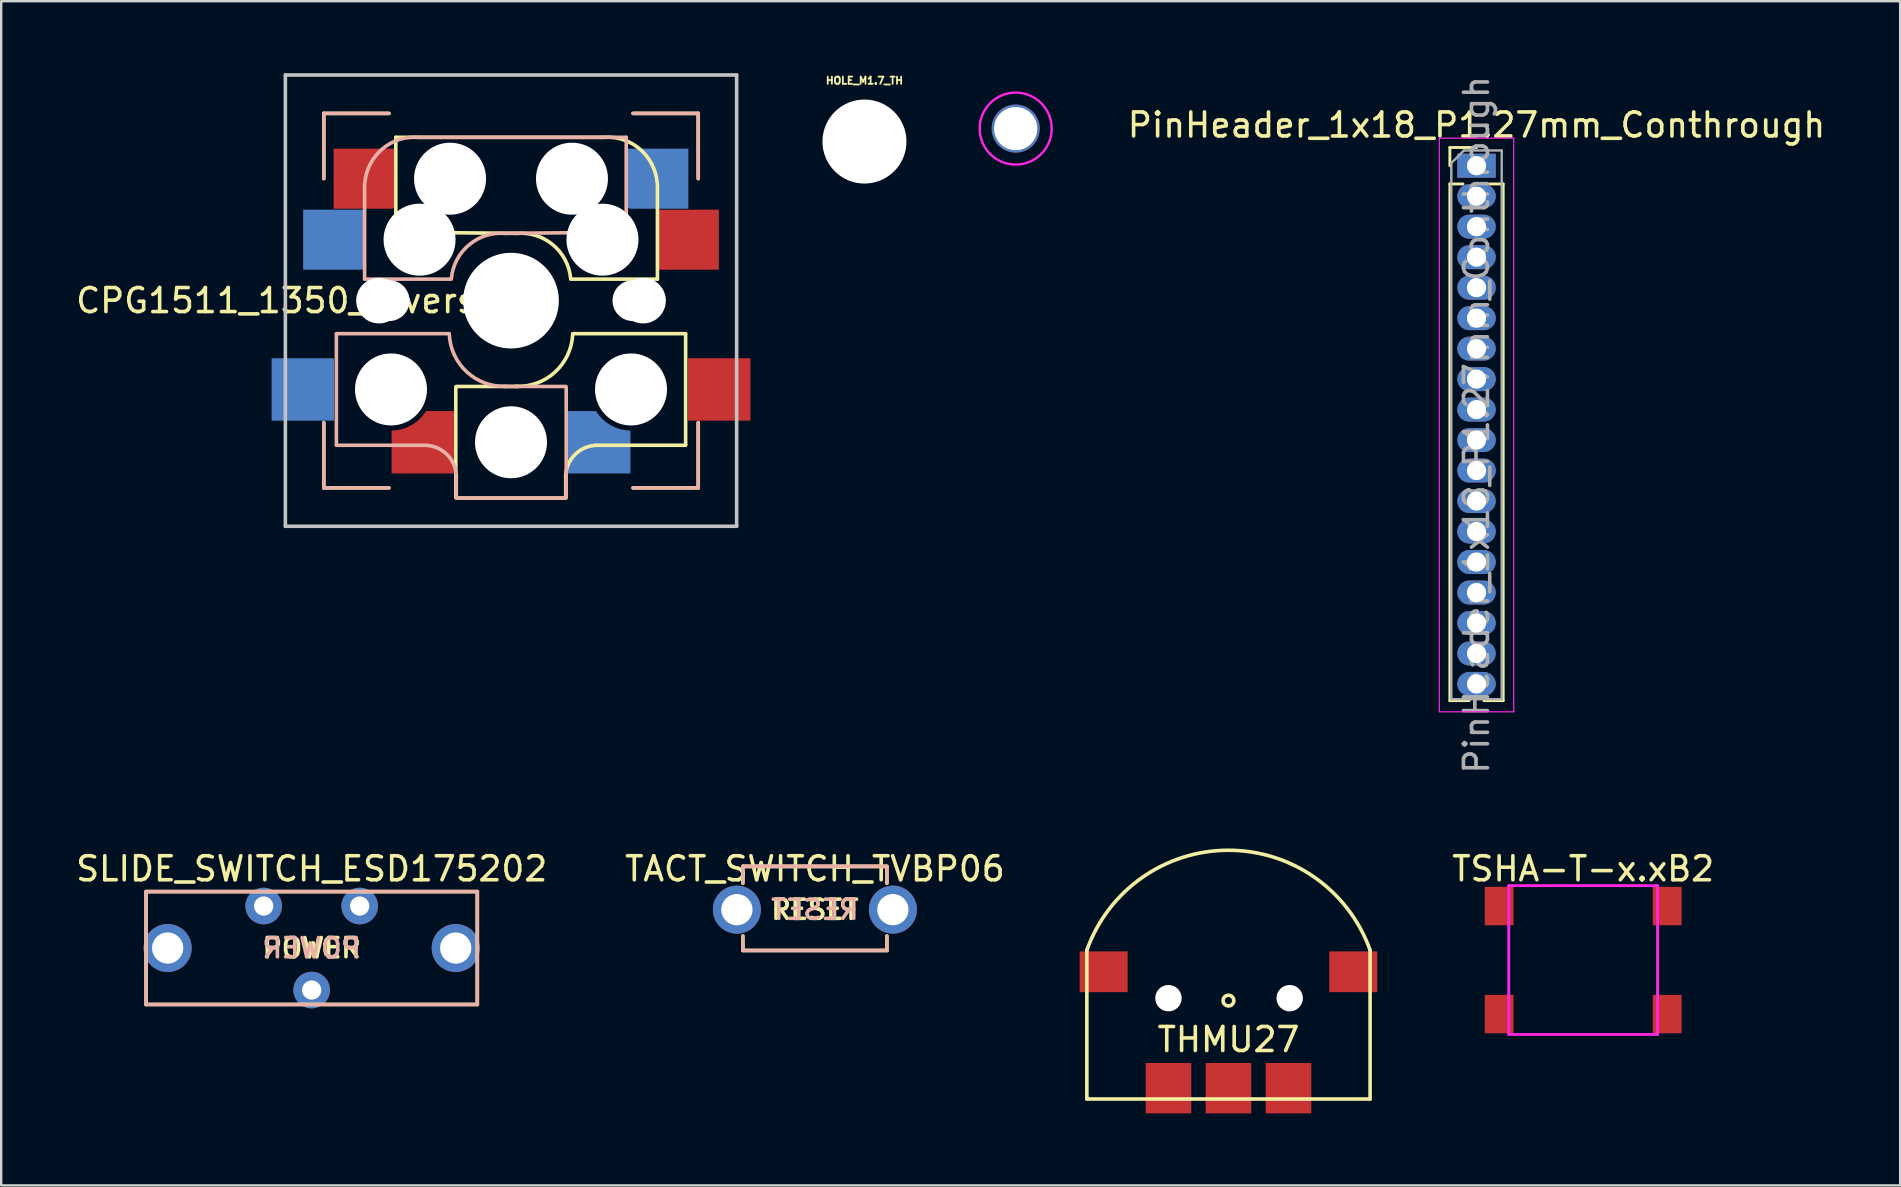
<source format=kicad_pcb>
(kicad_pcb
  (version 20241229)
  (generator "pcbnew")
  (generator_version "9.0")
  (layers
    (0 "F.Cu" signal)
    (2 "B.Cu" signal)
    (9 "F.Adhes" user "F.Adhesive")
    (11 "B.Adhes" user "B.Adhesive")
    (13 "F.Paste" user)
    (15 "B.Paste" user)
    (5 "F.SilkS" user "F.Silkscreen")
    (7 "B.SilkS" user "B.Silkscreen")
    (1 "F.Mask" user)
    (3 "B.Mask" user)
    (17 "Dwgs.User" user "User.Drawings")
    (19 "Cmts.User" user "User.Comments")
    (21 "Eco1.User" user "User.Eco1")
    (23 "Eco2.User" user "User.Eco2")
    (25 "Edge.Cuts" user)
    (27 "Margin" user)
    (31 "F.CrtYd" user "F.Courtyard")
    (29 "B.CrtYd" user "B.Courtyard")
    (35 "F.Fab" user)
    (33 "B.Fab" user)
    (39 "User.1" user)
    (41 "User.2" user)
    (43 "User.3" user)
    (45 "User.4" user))
  (footprint "TSHA-T-x.xB2"
    (layer "F.Cu")
    (at 62.906 36.946)
    (property "Reference" "TSHA-T-x.xB2" (at 0 -3.8 0) (layer "F.SilkS") (effects (font (size 1 1) (thickness 0.15))))
    (attr through_hole)
    (fp_line (start -3.1 -3.1) (end 3.1 -3.1) (stroke (width 0.12) (type solid)) (layer "F.CrtYd"))
    (fp_line (start -3.1 3.1) (end -3.1 -3.1) (stroke (width 0.12) (type solid)) (layer "F.CrtYd"))
    (fp_line (start 3.1 -3.1) (end 3.1 3.1) (stroke (width 0.12) (type solid)) (layer "F.CrtYd"))
    (fp_line (start 3.1 3.1) (end -3.1 3.1) (stroke (width 0.12) (type solid)) (layer "F.CrtYd"))
    (pad "1" smd rect (at -3.5 -2.25) (size 1.2 1.6) (layers "F.Cu" "F.Mask" "F.Paste"))
    (pad "2" smd rect (at -3.5 2.25) (size 1.2 1.6) (layers "F.Cu" "F.Mask" "F.Paste"))
    (pad "3" smd rect (at 3.5 -2.25) (size 1.2 1.6) (layers "F.Cu" "F.Mask" "F.Paste"))
    (pad "4" smd rect (at 3.5 2.25) (size 1.2 1.6) (layers "F.Cu" "F.Mask" "F.Paste")))
  (footprint "TACT_SWITCH_TVBP06"
    (layer "F.Cu")
    (at 30.899 34.846)
    (property "Reference" "TACT_SWITCH_TVBP06" (at 0 -1.7 0) (layer "F.SilkS") (effects (font (size 1 1) (thickness 0.15))))
    (attr through_hole)
    (fp_line (start -3 -1.8) (end -3 -1.1) (stroke (width 0.15) (type solid)) (layer "F.SilkS"))
    (fp_line (start -3 1.7) (end -3 1.1) (stroke (width 0.15) (type solid)) (layer "F.SilkS"))
    (fp_line (start -3 1.7) (end 3 1.7) (stroke (width 0.15) (type solid)) (layer "F.SilkS"))
    (fp_line (start 3 -1.8) (end -3 -1.8) (stroke (width 0.15) (type solid)) (layer "F.SilkS"))
    (fp_line (start 3 -1.8) (end 3 -1.1) (stroke (width 0.15) (type solid)) (layer "F.SilkS"))
    (fp_line (start 3 1.7) (end 3 1.1) (stroke (width 0.15) (type solid)) (layer "F.SilkS"))
    (fp_line (start -3 -1.8) (end -3 -1.1) (stroke (width 0.15) (type solid)) (layer "B.SilkS"))
    (fp_line (start -3 -1.8) (end 2.9 -1.8) (stroke (width 0.15) (type solid)) (layer "B.SilkS"))
    (fp_line (start -3 -1.8) (end 3 -1.8) (stroke (width 0.15) (type solid)) (layer "B.SilkS"))
    (fp_line (start -3 1.7) (end -3 1.1) (stroke (width 0.15) (type solid)) (layer "B.SilkS"))
    (fp_line (start 3 -1.8) (end 3 -1.1) (stroke (width 0.15) (type solid)) (layer "B.SilkS"))
    (fp_line (start 3 1.7) (end -3 1.7) (stroke (width 0.15) (type solid)) (layer "B.SilkS"))
    (fp_line (start 3 1.7) (end 3 1.1) (stroke (width 0.15) (type solid)) (layer "B.SilkS"))
    (fp_text user "RESET" (at 0 0 180) (layer "F.SilkS") (effects (font (size 0.8 0.8) (thickness 0.15))))
    (fp_text user "RESET" (at 0 0 0) (layer "B.SilkS") (effects (font (size 0.8 0.8) (thickness 0.15)) (justify mirror)))
    (pad "1" thru_hole circle (at -3.25 0) (size 2 2) (drill 1.3) (layers "*.Cu" "*.Mask"))
    (pad "2" thru_hole circle (at 3.25 0) (size 2 2) (drill 1.3) (layers "*.Cu" "*.Mask")))
  (footprint "SLIDE_SWITCH_ESD175202"
    (layer "F.Cu")
    (at 9.935 36.446)
    (property "Reference" "SLIDE_SWITCH_ESD175202" (at 0 -3.3 180) (layer "F.SilkS") (effects (font (size 1 1) (thickness 0.15))))
    (attr through_hole)
    (fp_line (start -6.9 -2.35) (end -6.9 2.35) (stroke (width 0.15) (type solid)) (layer "F.SilkS"))
    (fp_line (start -6.9 2.35) (end 6.9 2.35) (stroke (width 0.15) (type solid)) (layer "F.SilkS"))
    (fp_line (start 6.9 -2.35) (end -6.9 -2.35) (stroke (width 0.15) (type solid)) (layer "F.SilkS"))
    (fp_line (start 6.9 -2.35) (end 6.9 2.35) (stroke (width 0.15) (type solid)) (layer "F.SilkS"))
    (fp_line (start -6.9 -2.35) (end -6.9 2.35) (stroke (width 0.15) (type solid)) (layer "B.SilkS"))
    (fp_line (start -6.9 -2.35) (end 6.9 -2.35) (stroke (width 0.15) (type solid)) (layer "B.SilkS"))
    (fp_line (start -6.9 2.35) (end 6.9 2.35) (stroke (width 0.15) (type solid)) (layer "B.SilkS"))
    (fp_line (start 6.9 -2.35) (end 6.9 2.35) (stroke (width 0.15) (type solid)) (layer "B.SilkS"))
    (fp_text user "POWER" (at 0 0 180) (layer "F.SilkS") (effects (font (size 0.8 0.8) (thickness 0.15))))
    (fp_text user "POWER" (at 0 0 0) (layer "B.SilkS") (effects (font (size 0.8 0.8) (thickness 0.15)) (justify mirror)))
    (pad "" thru_hole circle (at -6 0) (size 2 2) (drill 1.3) (layers "*.Cu" "*.Mask"))
    (pad "" thru_hole circle (at 2 -1.75) (size 1.524 1.524) (drill 0.8) (layers "*.Cu" "*.Mask"))
    (pad "" thru_hole circle (at 6 0) (size 2 2) (drill 1.3) (layers "*.Cu" "*.Mask"))
    (pad "1" thru_hole circle (at -2 -1.75 90) (size 1.524 1.524) (drill 0.8) (layers "*.Cu" "*.Mask"))
    (pad "2" thru_hole circle (at 0 1.75) (size 1.524 1.524) (drill 0.8) (layers "*.Cu" "*.Mask")))
  (footprint "PinHeader_1x18_P1.27mm_Conthrough"
    (layer "F.Cu")
    (at 58.463 3.854)
    (property "Reference" "PinHeader_1x18_P1.27mm_Conthrough" (at 0 -1.695 0) (layer "F.SilkS") (effects (font (size 1 1) (thickness 0.15))))
    (attr through_hole)
    (fp_line (start -1.11 -0.76) (end 0 -0.76) (stroke (width 0.12) (type solid)) (layer "F.SilkS"))
    (fp_line (start -1.11 0) (end -1.11 -0.76) (stroke (width 0.12) (type solid)) (layer "F.SilkS"))
    (fp_line (start -1.11 0.76) (end -1.11 22.285) (stroke (width 0.12) (type solid)) (layer "F.SilkS"))
    (fp_line (start -1.11 0.76) (end -0.563 0.76) (stroke (width 0.12) (type solid)) (layer "F.SilkS"))
    (fp_line (start -1.11 22.285) (end -0.308 22.285) (stroke (width 0.12) (type solid)) (layer "F.SilkS"))
    (fp_line (start 0.308 22.285) (end 1.11 22.285) (stroke (width 0.12) (type solid)) (layer "F.SilkS"))
    (fp_line (start 0.563 0.76) (end 1.11 0.76) (stroke (width 0.12) (type solid)) (layer "F.SilkS"))
    (fp_line (start 1.11 0.76) (end 1.11 22.285) (stroke (width 0.12) (type solid)) (layer "F.SilkS"))
    (fp_line (start -1.55 -1.15) (end -1.55 22.75) (stroke (width 0.05) (type solid)) (layer "F.CrtYd"))
    (fp_line (start -1.55 22.75) (end 1.55 22.75) (stroke (width 0.05) (type solid)) (layer "F.CrtYd"))
    (fp_line (start 1.55 -1.15) (end -1.55 -1.15) (stroke (width 0.05) (type solid)) (layer "F.CrtYd"))
    (fp_line (start 1.55 22.75) (end 1.55 -1.15) (stroke (width 0.05) (type solid)) (layer "F.CrtYd"))
    (fp_line (start -1.05 -0.11) (end -0.525 -0.635) (stroke (width 0.1) (type solid)) (layer "F.Fab"))
    (fp_line (start -1.05 22.225) (end -1.05 -0.11) (stroke (width 0.1) (type solid)) (layer "F.Fab"))
    (fp_line (start -0.525 -0.635) (end 1.05 -0.635) (stroke (width 0.1) (type solid)) (layer "F.Fab"))
    (fp_line (start 1.05 -0.635) (end 1.05 22.225) (stroke (width 0.1) (type solid)) (layer "F.Fab"))
    (fp_line (start 1.05 22.225) (end -1.05 22.225) (stroke (width 0.1) (type solid)) (layer "F.Fab"))
    (fp_text user "${REFERENCE}" (at 0 10.795 90) (layer "F.Fab") (effects (font (size 1 1) (thickness 0.15))))
    (pad "1" thru_hole rect (at 0 0) (size 1.6 1) (drill 0.8) (layers "*.Cu" "*.Mask"))
    (pad "2" thru_hole oval (at 0 1.27) (size 1.6 1) (drill 0.8) (layers "*.Cu" "*.Mask"))
    (pad "3" thru_hole oval (at 0 2.54) (size 1.6 1) (drill 0.8) (layers "*.Cu" "*.Mask"))
    (pad "4" thru_hole oval (at 0 3.81) (size 1.6 1) (drill 0.8) (layers "*.Cu" "*.Mask"))
    (pad "5" thru_hole oval (at 0 5.08) (size 1.6 1) (drill 0.8) (layers "*.Cu" "*.Mask"))
    (pad "6" thru_hole oval (at 0 6.35) (size 1.6 1) (drill 0.8) (layers "*.Cu" "*.Mask"))
    (pad "7" thru_hole oval (at 0 7.62) (size 1.6 1) (drill 0.8) (layers "*.Cu" "*.Mask"))
    (pad "8" thru_hole oval (at 0 8.89) (size 1.6 1) (drill 0.8) (layers "*.Cu" "*.Mask"))
    (pad "9" thru_hole oval (at 0 10.16) (size 1.6 1) (drill 0.8) (layers "*.Cu" "*.Mask"))
    (pad "10" thru_hole oval (at 0 11.43) (size 1.6 1) (drill 0.8) (layers "*.Cu" "*.Mask"))
    (pad "11" thru_hole oval (at 0 12.7) (size 1.6 1) (drill 0.8) (layers "*.Cu" "*.Mask"))
    (pad "12" thru_hole oval (at 0 13.97) (size 1.6 1) (drill 0.8) (layers "*.Cu" "*.Mask"))
    (pad "13" thru_hole oval (at 0 15.24) (size 1.6 1) (drill 0.8) (layers "*.Cu" "*.Mask"))
    (pad "14" thru_hole oval (at 0 16.51) (size 1.6 1) (drill 0.8) (layers "*.Cu" "*.Mask"))
    (pad "15" thru_hole oval (at 0 17.78) (size 1.6 1) (drill 0.8) (layers "*.Cu" "*.Mask"))
    (pad "16" thru_hole oval (at 0 19.05) (size 1.6 1) (drill 0.8) (layers "*.Cu" "*.Mask"))
    (pad "17" thru_hole oval (at 0 20.32) (size 1.6 1) (drill 0.8) (layers "*.Cu" "*.Mask"))
    (pad "18" thru_hole oval (at 0 21.59) (size 1.6 1) (drill 0.8) (layers "*.Cu" "*.Mask")))
  (footprint "CPG1511_1350_reversible"
    (layer "F.Cu")
    (at 18.239 9.475)
    (property "Reference" "CPG1511_1350_reversible" (at -8.4 0 180) (layer "F.SilkS") (effects (font (size 1 1) (thickness 0.15))))
    (attr through_hole)
    (fp_line (start -7.8 -7.8) (end -5.08 -7.8) (stroke (width 0.15) (type solid)) (layer "F.SilkS"))
    (fp_line (start -7.8 -5.08) (end -7.8 -7.8) (stroke (width 0.15) (type solid)) (layer "F.SilkS"))
    (fp_line (start -7.8 5.08) (end -7.8 7.8) (stroke (width 0.15) (type solid)) (layer "F.SilkS"))
    (fp_line (start -7.8 7.8) (end -5.08 7.8) (stroke (width 0.15) (type solid)) (layer "F.SilkS"))
    (fp_line (start -4.8 -6.804) (end 3.825 -6.804) (stroke (width 0.15) (type solid)) (layer "F.SilkS"))
    (fp_line (start -4.8 -2.896) (end -4.8 -6.804) (stroke (width 0.15) (type solid)) (layer "F.SilkS"))
    (fp_line (start -4.8 -2.85) (end 0.25 -2.804) (stroke (width 0.15) (type solid)) (layer "F.SilkS"))
    (fp_line (start -2.3 3.6) (end -2.3 8.2) (stroke (width 0.15) (type solid)) (layer "F.SilkS"))
    (fp_line (start -2.275 3.575) (end 0.275 3.575) (stroke (width 0.15) (type solid)) (layer "F.SilkS"))
    (fp_line (start -2.275 8.225) (end 2.275 8.225) (stroke (width 0.15) (type solid)) (layer "F.SilkS"))
    (fp_line (start 2.28 7.5) (end 2.28 8.2) (stroke (width 0.15) (type solid)) (layer "F.SilkS"))
    (fp_line (start 2.575 1.375) (end 7.275 1.375) (stroke (width 0.15) (type solid)) (layer "F.SilkS"))
    (fp_line (start 3.5 6.025) (end 7.275 6.025) (stroke (width 0.15) (type solid)) (layer "F.SilkS"))
    (fp_line (start 5.08 7.8) (end 7.8 7.8) (stroke (width 0.15) (type solid)) (layer "F.SilkS"))
    (fp_line (start 6.1 -4.85) (end 6.1 -0.905) (stroke (width 0.15) (type solid)) (layer "F.SilkS"))
    (fp_line (start 6.1 -0.896) (end 2.49 -0.896) (stroke (width 0.15) (type solid)) (layer "F.SilkS"))
    (fp_line (start 7.275 1.4) (end 7.275 6) (stroke (width 0.15) (type solid)) (layer "F.SilkS"))
    (fp_line (start 7.8 -7.8) (end 5.08 -7.8) (stroke (width 0.15) (type solid)) (layer "F.SilkS"))
    (fp_line (start 7.8 -5.08) (end 7.8 -7.8) (stroke (width 0.15) (type solid)) (layer "F.SilkS"))
    (fp_line (start 7.8 7.8) (end 7.8 5.08) (stroke (width 0.15) (type solid)) (layer "F.SilkS"))
    (fp_arc (start 0.225 -2.8) (mid 1.744361 -2.328062) (end 2.485001 -0.920001) (stroke (width 0.15) (type solid)) (layer "F.SilkS"))
    (fp_arc (start 2.279999 7.449999) (mid 2.595908 6.487329) (end 3.5 6.03) (stroke (width 0.15) (type solid)) (layer "F.SilkS"))
    (fp_arc (start 2.57 1.4) (mid 1.834422 2.975843) (end 0.2 3.57) (stroke (width 0.15) (type solid)) (layer "F.SilkS"))
    (fp_arc (start 3.825 -6.804) (mid 5.347189 -6.33089) (end 6.089 -4.92) (stroke (width 0.15) (type solid)) (layer "F.SilkS"))
    (fp_line (start -7.8 -7.8) (end -5.1 -7.8) (stroke (width 0.15) (type solid)) (layer "B.SilkS"))
    (fp_line (start -7.8 -5.1) (end -7.8 -7.8) (stroke (width 0.15) (type solid)) (layer "B.SilkS"))
    (fp_line (start -7.8 7.8) (end -7.8 5.1) (stroke (width 0.15) (type solid)) (layer "B.SilkS"))
    (fp_line (start -7.275 1.4) (end -7.275 6) (stroke (width 0.15) (type solid)) (layer "B.SilkS"))
    (fp_line (start -6.1 -4.85) (end -6.1 -0.905) (stroke (width 0.15) (type solid)) (layer "B.SilkS"))
    (fp_line (start -6.1 -0.896) (end -2.49 -0.896) (stroke (width 0.15) (type solid)) (layer "B.SilkS"))
    (fp_line (start -5.1 7.8) (end -7.8 7.8) (stroke (width 0.15) (type solid)) (layer "B.SilkS"))
    (fp_line (start -3.5 6.025) (end -7.275 6.025) (stroke (width 0.15) (type solid)) (layer "B.SilkS"))
    (fp_line (start -2.575 1.375) (end -7.275 1.375) (stroke (width 0.15) (type solid)) (layer "B.SilkS"))
    (fp_line (start -2.28 7.5) (end -2.28 8.2) (stroke (width 0.15) (type solid)) (layer "B.SilkS"))
    (fp_line (start 2.275 3.575) (end -0.275 3.575) (stroke (width 0.15) (type solid)) (layer "B.SilkS"))
    (fp_line (start 2.275 8.225) (end -2.275 8.225) (stroke (width 0.15) (type solid)) (layer "B.SilkS"))
    (fp_line (start 2.3 3.6) (end 2.3 8.2) (stroke (width 0.15) (type solid)) (layer "B.SilkS"))
    (fp_line (start 4.8 -6.804) (end -3.825 -6.804) (stroke (width 0.15) (type solid)) (layer "B.SilkS"))
    (fp_line (start 4.8 -2.896) (end 4.8 -6.804) (stroke (width 0.15) (type solid)) (layer "B.SilkS"))
    (fp_line (start 4.8 -2.85) (end -0.25 -2.804) (stroke (width 0.15) (type solid)) (layer "B.SilkS"))
    (fp_line (start 5.1 -7.8) (end 7.8 -7.8) (stroke (width 0.15) (type solid)) (layer "B.SilkS"))
    (fp_line (start 7.8 -7.8) (end 7.8 -5.1) (stroke (width 0.15) (type solid)) (layer "B.SilkS"))
    (fp_line (start 7.8 5.1) (end 7.8 7.8) (stroke (width 0.15) (type solid)) (layer "B.SilkS"))
    (fp_line (start 7.8 7.8) (end 5.1 7.8) (stroke (width 0.15) (type solid)) (layer "B.SilkS"))
    (fp_arc (start -6.089 -4.92) (mid -5.347189 -6.33089) (end -3.825 -6.804) (stroke (width 0.15) (type solid)) (layer "B.SilkS"))
    (fp_arc (start -3.5 6.03) (mid -2.595908 6.48733) (end -2.28 7.45) (stroke (width 0.15) (type solid)) (layer "B.SilkS"))
    (fp_arc (start -2.484999 -0.920001) (mid -1.74436 -2.328062) (end -0.225 -2.8) (stroke (width 0.15) (type solid)) (layer "B.SilkS"))
    (fp_arc (start -0.2 3.57) (mid -1.834422 2.975843) (end -2.57 1.4) (stroke (width 0.15) (type solid)) (layer "B.SilkS"))
    (fp_line (start -9.4 -9.4) (end 9.4 -9.4) (stroke (width 0.15) (type solid)) (layer "Dwgs.User"))
    (fp_line (start -9.4 9.4) (end -9.4 -9.4) (stroke (width 0.15) (type solid)) (layer "Dwgs.User"))
    (fp_line (start 9.4 -9.4) (end 9.4 9.4) (stroke (width 0.15) (type solid)) (layer "Dwgs.User"))
    (fp_line (start 9.4 9.4) (end -9.4 9.4) (stroke (width 0.15) (type solid)) (layer "Dwgs.User"))
    (fp_line (start -7 7) (end -7 -7) (stroke (width 0.15) (type solid)) (layer "Eco2.User"))
    (fp_line (start -7 7) (end 7 7) (stroke (width 0.15) (type solid)) (layer "Eco2.User"))
    (fp_line (start 7 -7) (end -7 -7) (stroke (width 0.15) (type solid)) (layer "Eco2.User"))
    (fp_line (start 7 -7) (end 7 7) (stroke (width 0.15) (type solid)) (layer "Eco2.User"))
    (pad "" np_thru_hole circle (at -5.5 0) (size 1.9 1.9) (drill 1.9) (layers "*.Cu" "*.Mask"))
    (pad "" np_thru_hole circle (at -5.08 0) (size 1.702 1.702) (drill 1.702) (layers "*.Cu" "*.Mask"))
    (pad "" np_thru_hole circle (at -5 3.7) (size 3 3) (drill 3) (layers "*.Cu" "*.Mask"))
    (pad "" np_thru_hole circle (at -3.81 -2.54) (size 3 3) (drill 3) (layers "*.Cu" "*.Mask"))
    (pad "" np_thru_hole circle (at -2.54 -5.08) (size 3 3) (drill 3) (layers "*.Cu" "*.Mask"))
    (pad "" np_thru_hole circle (at 0 0) (size 3.988 3.988) (drill 3.988) (layers "*.Cu" "*.Mask"))
    (pad "" np_thru_hole circle (at 0 5.9 90) (size 3 3) (drill 3) (layers "*.Cu" "*.Mask"))
    (pad "" np_thru_hole circle (at 2.54 -5.08) (size 3 3) (drill 3) (layers "*.Cu" "*.Mask"))
    (pad "" np_thru_hole circle (at 3.81 -2.54) (size 3 3) (drill 3) (layers "*.Cu" "*.Mask"))
    (pad "" np_thru_hole circle (at 5 3.7) (size 3 3) (drill 3) (layers "*.Cu" "*.Mask"))
    (pad "" np_thru_hole circle (at 5.08 0) (size 1.702 1.702) (drill 1.702) (layers "*.Cu" "*.Mask"))
    (pad "" np_thru_hole circle (at 5.5 0) (size 1.9 1.9) (drill 1.9) (layers "*.Cu" "*.Mask"))
    (pad "1" smd rect (at -8.675 3.7) (size 2.6 2.6) (layers "B.Cu" "B.Mask" "B.Paste"))
    (pad "1" smd rect (at -7.385 -2.54) (size 2.55 2.5) (layers "B.Cu" "B.Mask" "B.Paste"))
    (pad "1" smd custom (at -6.115 -5.08) (size 1.8 1.8) (layers "F.Cu" "F.Mask" "F.Paste") (options (anchor rect)) (primitives (gr_poly (pts (xy 1.275 -1.25) (xy 1.275 1.175) (xy 1.175 1.25) (xy -1.275 1.25) (xy -1.275 -1.25)) (width 0) (fill yes))))
    (pad "1" smd rect (at 8.675 3.7) (size 2.6 2.6) (layers "F.Cu" "F.Mask" "F.Paste"))
    (pad "2" smd custom (at -3.675 5.9) (size 1.2 1.2) (layers "F.Cu" "F.Mask" "F.Paste") (options (anchor rect)) (primitives (gr_poly (pts (xy 0.15 -1.3) (xy -0.05 -1) (xy -0.3 -0.8) (xy -0.7 -0.6) (xy -0.95 -0.5) (xy -1.3 -0.44) (xy -1.3 1.3) (xy 1.3 1.3) (xy 1.3 -1.3)) (width 0) (fill yes)) (gr_arc (start 0.152398 -1.259777) (mid -0.453976 -0.680776) (end -1.26 -0.45) (width 0.08))))
    (pad "2" smd custom (at 3.675 5.9 180) (size 1.2 1.2) (layers "B.Cu" "B.Mask" "B.Paste") (options (anchor rect)) (primitives (gr_poly (pts (xy 0.15 1.3) (xy -0.05 1) (xy -0.3 0.8) (xy -0.7 0.6) (xy -0.95 0.5) (xy -1.3 0.44) (xy -1.3 -1.3) (xy 1.3 -1.3) (xy 1.3 1.3)) (width 0) (fill yes)) (gr_arc (start -1.26 0.45) (mid -0.453976 0.680776) (end 0.152398 1.259777) (width 0.08))))
    (pad "2" smd custom (at 6.115 -5.08 180) (size 1.8 1.8) (layers "B.Cu" "B.Mask" "B.Paste") (options (anchor rect)) (primitives (gr_poly (pts (xy 1.275 1.25) (xy 1.275 -1.175) (xy 1.175 -1.25) (xy -1.275 -1.25) (xy -1.275 1.25)) (width 0) (fill yes))))
    (pad "2" smd rect (at 7.385 -2.54) (size 2.55 2.5) (layers "F.Cu" "F.Mask" "F.Paste")))
  (footprint "HOLE_M1.7"
    (layer "F.Cu")
    (at 39.264 2.307)
    (property "Reference" "HOLE_M1.7" (at 0 -2 0) (layer "Eco2.User") (effects (font (size 0.3 0.3) (thickness 0.075))))
    (attr through_hole)
    (fp_circle (center 0 0) (end 1.5 0) (stroke (width 0.1) (type solid)) (fill no) (layer "F.CrtYd"))
    (pad "" thru_hole circle (at 0 0) (size 2 2) (drill 1.8) (layers "*.Cu" "*.Mask")))
  (footprint "THMU27"
    (layer "F.Cu")
    (at 48.129 38.735)
    (property "Reference" "THMU27" (at 0 1.524 0) (layer "F.SilkS") (effects (font (size 1 1) (thickness 0.15))))
    (attr through_hole)
    (fp_line (start -5.9 -2.2) (end -5.9 4) (stroke (width 0.15) (type solid)) (layer "F.SilkS"))
    (fp_line (start -5.9 4) (end 5.9 4) (stroke (width 0.15) (type solid)) (layer "F.SilkS"))
    (fp_line (start 5.9 4) (end 5.9 -2.2) (stroke (width 0.15) (type solid)) (layer "F.SilkS"))
    (fp_arc (start -5.899999 -2.2) (mid 0 -6.362586) (end 5.899999 -2.199999) (stroke (width 0.15) (type solid)) (layer "F.SilkS"))
    (fp_arc (start 0.199999 -0.000001) (mid -0.199999 -0.199999) (end 0.199999 -0.000001) (stroke (width 0.15) (type solid)) (layer "F.SilkS"))
    (pad "" np_thru_hole circle (at -2.5 -0.2) (size 1.1 1.1) (drill 1.1) (layers "*.Cu" "*.Mask"))
    (pad "" np_thru_hole circle (at 2.55 -0.2) (size 1.1 1.1) (drill 1.1) (layers "*.Cu" "*.Mask"))
    (pad "1" smd trapezoid (at -2.5 3.55) (size 1.9 2.1) (layers "F.Cu" "F.Mask" "F.Paste"))
    (pad "2" smd rect (at 2.5 3.55) (size 1.9 2.1) (layers "F.Cu" "F.Mask" "F.Paste"))
    (pad "C" smd rect (at 5.2 -1.3) (size 2 1.7) (layers "F.Cu" "F.Mask" "F.Paste"))
    (pad "E" smd rect (at -5.2 -1.3) (size 2 1.7) (layers "F.Cu" "F.Mask" "F.Paste"))
    (pad "T" smd rect (at 0 3.55) (size 1.9 2.1) (layers "F.Cu" "F.Mask" "F.Paste")))
  (footprint "HOLE_M1.7_TH"
    (layer "F.Cu")
    (at 32.964 2.847)
    (property "Reference" "HOLE_M1.7_TH" (at 0 -2.54 0) (layer "F.SilkS") (effects (font (size 0.3 0.3) (thickness 0.075))))
    (attr through_hole)
    (pad "" np_thru_hole circle (at 0 0) (size 3.5 3.5) (drill 3.5) (layers "*.Cu" "*.Mask")))
  (gr_rect
    (start -3 -3)
    (end 76.112 46.335)
    (stroke (width 0.1) (type default))
    (fill no)
    (layer "Edge.Cuts")))
</source>
